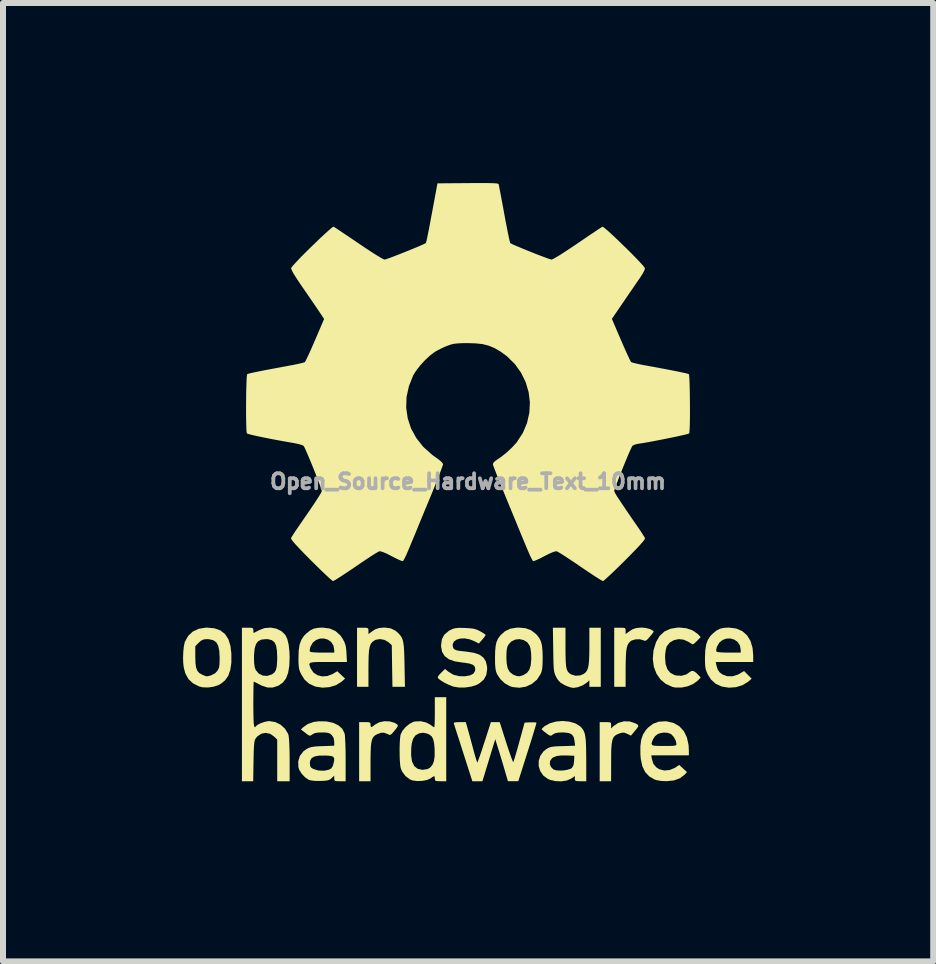
<source format=kicad_pcb>
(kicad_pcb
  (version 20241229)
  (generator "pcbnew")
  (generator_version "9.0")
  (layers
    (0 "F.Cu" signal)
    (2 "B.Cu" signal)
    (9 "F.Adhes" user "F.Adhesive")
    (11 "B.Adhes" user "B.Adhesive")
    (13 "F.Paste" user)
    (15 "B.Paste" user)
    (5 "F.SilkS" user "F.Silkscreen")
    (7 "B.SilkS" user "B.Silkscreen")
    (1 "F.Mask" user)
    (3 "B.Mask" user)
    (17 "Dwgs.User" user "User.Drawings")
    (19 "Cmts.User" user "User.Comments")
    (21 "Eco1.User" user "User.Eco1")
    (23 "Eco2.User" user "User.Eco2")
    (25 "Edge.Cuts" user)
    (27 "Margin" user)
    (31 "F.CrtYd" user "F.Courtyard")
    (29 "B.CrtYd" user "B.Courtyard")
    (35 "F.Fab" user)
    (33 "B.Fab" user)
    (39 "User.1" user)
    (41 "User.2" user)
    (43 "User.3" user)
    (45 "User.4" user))
  (footprint "Open_Source_Hardware_Text_10mm"
    (layer "F.Cu")
    (at 4.748 4.973)
    (property "Reference" "Open_Source_Hardware_Text_10mm" (at 0 0 0) (layer "F.Fab") (effects (font (size 0.25 0.25) (thickness 0.3))))
    (attr board_only exclude_from_pos_files exclude_from_bom)
    (fp_poly (pts (xy 2.696 3.998) (xy 2.783 4.027) (xy 2.819 4.046) (xy 2.836 4.062) (xy 2.835 4.084) (xy 2.813 4.116) (xy 2.771 4.167) (xy 2.761 4.179) (xy 2.715 4.234) (xy 2.653 4.204) (xy 2.609 4.186) (xy 2.573 4.184) (xy 2.527 4.196) (xy 2.518 4.2) (xy 2.476 4.217) (xy 2.444 4.239) (xy 2.42 4.27) (xy 2.404 4.315) (xy 2.393 4.378) (xy 2.387 4.463) (xy 2.385 4.576) (xy 2.385 4.67) (xy 2.384 4.994) (xy 2.194 4.994) (xy 2.194 4.009) (xy 2.289 4.009) (xy 2.344 4.01) (xy 2.372 4.015) (xy 2.383 4.03) (xy 2.384 4.06) (xy 2.384 4.114) (xy 2.423 4.076) (xy 2.504 4.022) (xy 2.598 3.995)) (stroke (width 0) (type solid)) (fill yes) (layer "F.SilkS"))
    (fp_poly (pts (xy -1.304 3.997) (xy -1.222 4.021) (xy -1.2 4.034) (xy -1.177 4.05) (xy -1.169 4.067) (xy -1.177 4.089) (xy -1.203 4.125) (xy -1.247 4.178) (xy -1.278 4.212) (xy -1.301 4.223) (xy -1.328 4.214) (xy -1.342 4.207) (xy -1.4 4.185) (xy -1.454 4.187) (xy -1.512 4.209) (xy -1.548 4.229) (xy -1.576 4.255) (xy -1.596 4.29) (xy -1.609 4.34) (xy -1.618 4.41) (xy -1.622 4.503) (xy -1.624 4.624) (xy -1.624 4.672) (xy -1.624 4.994) (xy -1.814 4.994) (xy -1.814 4.009) (xy -1.719 4.009) (xy -1.665 4.01) (xy -1.636 4.016) (xy -1.626 4.03) (xy -1.624 4.052) (xy -1.621 4.084) (xy -1.609 4.092) (xy -1.581 4.076) (xy -1.553 4.053) (xy -1.482 4.013) (xy -1.395 3.994)) (stroke (width 0) (type solid)) (fill yes) (layer "F.SilkS"))
    (fp_poly (pts (xy 2.96 2.44) (xy 3.017 2.454) (xy 3.063 2.473) (xy 3.09 2.493) (xy 3.092 2.502) (xy 3.082 2.52) (xy 3.054 2.556) (xy 3.026 2.59) (xy 2.988 2.632) (xy 2.962 2.652) (xy 2.94 2.653) (xy 2.924 2.646) (xy 2.862 2.628) (xy 2.791 2.63) (xy 2.726 2.649) (xy 2.707 2.662) (xy 2.68 2.688) (xy 2.66 2.723) (xy 2.645 2.771) (xy 2.635 2.837) (xy 2.63 2.925) (xy 2.627 3.04) (xy 2.626 3.123) (xy 2.626 3.421) (xy 2.436 3.421) (xy 2.436 2.436) (xy 2.531 2.436) (xy 2.586 2.437) (xy 2.614 2.443) (xy 2.625 2.458) (xy 2.626 2.488) (xy 2.626 2.542) (xy 2.683 2.5) (xy 2.743 2.461) (xy 2.804 2.441) (xy 2.879 2.434) (xy 2.903 2.434)) (stroke (width 0) (type solid)) (fill yes) (layer "F.SilkS"))
    (fp_poly (pts (xy -1.287 2.447) (xy -1.207 2.487) (xy -1.154 2.534) (xy -1.127 2.566) (xy -1.105 2.599) (xy -1.089 2.637) (xy -1.078 2.686) (xy -1.069 2.752) (xy -1.064 2.838) (xy -1.06 2.949) (xy -1.058 3.054) (xy -1.051 3.421) (xy -1.259 3.421) (xy -1.265 3.074) (xy -1.27 2.727) (xy -1.326 2.677) (xy -1.391 2.639) (xy -1.465 2.625) (xy -1.537 2.637) (xy -1.57 2.655) (xy -1.6 2.679) (xy -1.622 2.711) (xy -1.638 2.754) (xy -1.649 2.813) (xy -1.655 2.893) (xy -1.658 2.999) (xy -1.659 3.11) (xy -1.659 3.421) (xy -1.849 3.421) (xy -1.849 2.436) (xy -1.754 2.436) (xy -1.699 2.437) (xy -1.671 2.443) (xy -1.66 2.458) (xy -1.659 2.488) (xy -1.659 2.489) (xy -1.659 2.542) (xy -1.603 2.5) (xy -1.542 2.461) (xy -1.481 2.441) (xy -1.406 2.434) (xy -1.382 2.434)) (stroke (width 0) (type solid)) (fill yes) (layer "F.SilkS"))
    (fp_poly (pts (xy 1.624 2.765) (xy 1.625 2.895) (xy 1.628 2.994) (xy 1.633 3.068) (xy 1.643 3.122) (xy 1.658 3.159) (xy 1.679 3.186) (xy 1.706 3.207) (xy 1.719 3.214) (xy 1.791 3.236) (xy 1.868 3.231) (xy 1.926 3.207) (xy 1.957 3.183) (xy 1.981 3.152) (xy 1.998 3.111) (xy 2.01 3.054) (xy 2.017 2.977) (xy 2.021 2.875) (xy 2.022 2.748) (xy 2.022 2.436) (xy 2.212 2.436) (xy 2.212 3.421) (xy 2.022 3.421) (xy 2.022 3.312) (xy 1.983 3.348) (xy 1.915 3.394) (xy 1.832 3.427) (xy 1.756 3.439) (xy 1.708 3.43) (xy 1.647 3.409) (xy 1.605 3.39) (xy 1.542 3.352) (xy 1.499 3.307) (xy 1.469 3.257) (xy 1.455 3.227) (xy 1.444 3.199) (xy 1.436 3.166) (xy 1.43 3.125) (xy 1.426 3.068) (xy 1.423 2.991) (xy 1.421 2.888) (xy 1.42 2.804) (xy 1.414 2.436) (xy 1.624 2.436)) (stroke (width 0) (type solid)) (fill yes) (layer "F.SilkS"))
    (fp_poly (pts (xy 3.643 2.446) (xy 3.747 2.483) (xy 3.83 2.542) (xy 3.837 2.55) (xy 3.877 2.592) (xy 3.818 2.653) (xy 3.782 2.688) (xy 3.755 2.709) (xy 3.747 2.713) (xy 3.726 2.704) (xy 3.688 2.681) (xy 3.67 2.67) (xy 3.593 2.635) (xy 3.51 2.626) (xy 3.431 2.643) (xy 3.363 2.682) (xy 3.314 2.742) (xy 3.308 2.756) (xy 3.295 2.805) (xy 3.286 2.873) (xy 3.283 2.929) (xy 3.292 3.041) (xy 3.321 3.127) (xy 3.37 3.187) (xy 3.442 3.225) (xy 3.469 3.232) (xy 3.558 3.237) (xy 3.64 3.213) (xy 3.69 3.178) (xy 3.724 3.156) (xy 3.758 3.158) (xy 3.8 3.186) (xy 3.835 3.221) (xy 3.877 3.266) (xy 3.827 3.318) (xy 3.754 3.372) (xy 3.661 3.412) (xy 3.558 3.433) (xy 3.457 3.433) (xy 3.404 3.422) (xy 3.295 3.372) (xy 3.206 3.297) (xy 3.139 3.2) (xy 3.096 3.085) (xy 3.079 2.957) (xy 3.09 2.82) (xy 3.093 2.806) (xy 3.133 2.676) (xy 3.192 2.574) (xy 3.271 2.5) (xy 3.371 2.454) (xy 3.492 2.434) (xy 3.525 2.433)) (stroke (width 0) (type solid)) (fill yes) (layer "F.SilkS"))
    (fp_poly (pts (xy -4.225 2.446) (xy -4.126 2.481) (xy -4.049 2.541) (xy -3.993 2.627) (xy -3.958 2.74) (xy -3.943 2.868) (xy -3.943 3.018) (xy -3.961 3.141) (xy -3.996 3.239) (xy -4.051 3.316) (xy -4.127 3.376) (xy -4.152 3.389) (xy -4.235 3.418) (xy -4.33 3.432) (xy -4.422 3.429) (xy -4.479 3.415) (xy -4.582 3.363) (xy -4.658 3.292) (xy -4.709 3.199) (xy -4.736 3.101) (xy -4.745 3.024) (xy -4.748 2.932) (xy -4.747 2.92) (xy -4.544 2.92) (xy -4.541 3.024) (xy -4.531 3.1) (xy -4.51 3.154) (xy -4.477 3.192) (xy -4.429 3.219) (xy -4.424 3.221) (xy -4.381 3.239) (xy -4.353 3.246) (xy -4.325 3.242) (xy -4.282 3.23) (xy -4.215 3.196) (xy -4.178 3.157) (xy -4.159 3.126) (xy -4.147 3.093) (xy -4.141 3.048) (xy -4.139 2.982) (xy -4.138 2.936) (xy -4.144 2.822) (xy -4.162 2.737) (xy -4.194 2.679) (xy -4.245 2.644) (xy -4.314 2.628) (xy -4.355 2.626) (xy -4.408 2.632) (xy -4.45 2.653) (xy -4.486 2.685) (xy -4.544 2.744) (xy -4.544 2.92) (xy -4.747 2.92) (xy -4.744 2.837) (xy -4.735 2.75) (xy -4.721 2.682) (xy -4.717 2.669) (xy -4.663 2.572) (xy -4.586 2.5) (xy -4.488 2.454) (xy -4.37 2.435) (xy -4.349 2.434)) (stroke (width 0) (type solid)) (fill yes) (layer "F.SilkS"))
    (fp_poly (pts (xy 4.468 2.449) (xy 4.568 2.492) (xy 4.648 2.561) (xy 4.706 2.655) (xy 4.741 2.772) (xy 4.752 2.897) (xy 4.752 3.007) (xy 4.127 3.007) (xy 4.139 3.063) (xy 4.159 3.131) (xy 4.19 3.177) (xy 4.239 3.215) (xy 4.319 3.244) (xy 4.409 3.245) (xy 4.5 3.216) (xy 4.523 3.203) (xy 4.6 3.158) (xy 4.726 3.285) (xy 4.665 3.337) (xy 4.574 3.393) (xy 4.464 3.427) (xy 4.347 3.435) (xy 4.232 3.417) (xy 4.223 3.414) (xy 4.125 3.369) (xy 4.049 3.3) (xy 3.995 3.215) (xy 3.974 3.167) (xy 3.96 3.124) (xy 3.952 3.074) (xy 3.949 3.009) (xy 3.948 2.937) (xy 3.953 2.813) (xy 3.955 2.802) (xy 4.136 2.802) (xy 4.137 2.831) (xy 4.138 2.833) (xy 4.159 2.841) (xy 4.21 2.847) (xy 4.282 2.85) (xy 4.347 2.851) (xy 4.544 2.851) (xy 4.544 2.807) (xy 4.53 2.731) (xy 4.493 2.674) (xy 4.439 2.635) (xy 4.375 2.616) (xy 4.307 2.617) (xy 4.242 2.64) (xy 4.187 2.684) (xy 4.148 2.752) (xy 4.146 2.758) (xy 4.136 2.802) (xy 3.955 2.802) (xy 3.968 2.716) (xy 3.996 2.639) (xy 4.038 2.574) (xy 4.08 2.532) (xy 4.143 2.481) (xy 4.203 2.451) (xy 4.273 2.437) (xy 4.348 2.434)) (stroke (width 0) (type solid)) (fill yes) (layer "F.SilkS"))
    (fp_poly (pts (xy 0.96 2.445) (xy 1.051 2.479) (xy 1.13 2.539) (xy 1.154 2.564) (xy 1.19 2.613) (xy 1.216 2.667) (xy 1.232 2.733) (xy 1.241 2.819) (xy 1.244 2.931) (xy 1.244 2.946) (xy 1.242 3.042) (xy 1.237 3.111) (xy 1.227 3.163) (xy 1.211 3.205) (xy 1.15 3.3) (xy 1.066 3.371) (xy 0.967 3.418) (xy 0.858 3.436) (xy 0.745 3.425) (xy 0.7 3.411) (xy 0.615 3.364) (xy 0.539 3.293) (xy 0.483 3.208) (xy 0.482 3.205) (xy 0.466 3.163) (xy 0.457 3.111) (xy 0.451 3.041) (xy 0.45 2.946) (xy 0.45 2.929) (xy 0.639 2.929) (xy 0.645 3.036) (xy 0.662 3.115) (xy 0.694 3.172) (xy 0.742 3.211) (xy 0.765 3.223) (xy 0.817 3.242) (xy 0.858 3.245) (xy 0.904 3.232) (xy 0.925 3.224) (xy 0.983 3.188) (xy 1.022 3.136) (xy 1.045 3.061) (xy 1.054 2.961) (xy 1.054 2.941) (xy 1.051 2.856) (xy 1.041 2.783) (xy 1.029 2.739) (xy 0.988 2.679) (xy 0.928 2.642) (xy 0.857 2.626) (xy 0.786 2.634) (xy 0.721 2.666) (xy 0.674 2.717) (xy 0.656 2.753) (xy 0.646 2.798) (xy 0.641 2.859) (xy 0.639 2.929) (xy 0.45 2.929) (xy 0.452 2.83) (xy 0.46 2.742) (xy 0.475 2.674) (xy 0.499 2.619) (xy 0.535 2.57) (xy 0.539 2.564) (xy 0.616 2.495) (xy 0.703 2.453) (xy 0.808 2.435) (xy 0.847 2.434)) (stroke (width 0) (type solid)) (fill yes) (layer "F.SilkS"))
    (fp_poly (pts (xy 3.314 3.997) (xy 3.428 4.024) (xy 3.522 4.079) (xy 3.596 4.159) (xy 3.647 4.264) (xy 3.675 4.392) (xy 3.68 4.486) (xy 3.68 4.562) (xy 3.054 4.562) (xy 3.064 4.624) (xy 3.089 4.704) (xy 3.137 4.762) (xy 3.189 4.794) (xy 3.27 4.815) (xy 3.359 4.807) (xy 3.445 4.772) (xy 3.46 4.762) (xy 3.519 4.722) (xy 3.584 4.782) (xy 3.649 4.841) (xy 3.61 4.883) (xy 3.531 4.944) (xy 3.433 4.98) (xy 3.311 4.993) (xy 3.299 4.993) (xy 3.218 4.989) (xy 3.147 4.977) (xy 3.11 4.966) (xy 3.019 4.913) (xy 2.951 4.84) (xy 2.905 4.745) (xy 2.879 4.625) (xy 2.872 4.542) (xy 2.872 4.409) (xy 2.877 4.371) (xy 3.058 4.371) (xy 3.068 4.39) (xy 3.097 4.401) (xy 3.151 4.405) (xy 3.233 4.406) (xy 3.266 4.406) (xy 3.353 4.406) (xy 3.412 4.404) (xy 3.447 4.4) (xy 3.466 4.393) (xy 3.472 4.382) (xy 3.473 4.371) (xy 3.46 4.315) (xy 3.428 4.256) (xy 3.386 4.211) (xy 3.383 4.208) (xy 3.327 4.187) (xy 3.256 4.183) (xy 3.185 4.198) (xy 3.16 4.209) (xy 3.116 4.244) (xy 3.083 4.293) (xy 3.083 4.294) (xy 3.065 4.34) (xy 3.058 4.371) (xy 2.877 4.371) (xy 2.886 4.302) (xy 2.916 4.215) (xy 2.964 4.14) (xy 2.997 4.103) (xy 3.082 4.037) (xy 3.176 4.002) (xy 3.285 3.995)) (stroke (width 0) (type solid)) (fill yes) (layer "F.SilkS"))
    (fp_poly (pts (xy -2.305 2.449) (xy -2.206 2.493) (xy -2.125 2.566) (xy -2.085 2.626) (xy -2.056 2.682) (xy -2.039 2.735) (xy -2.029 2.8) (xy -2.025 2.862) (xy -2.017 3.007) (xy -2.33 3.007) (xy -2.446 3.007) (xy -2.531 3.008) (xy -2.589 3.012) (xy -2.625 3.02) (xy -2.641 3.034) (xy -2.643 3.055) (xy -2.633 3.085) (xy -2.619 3.119) (xy -2.574 3.184) (xy -2.509 3.227) (xy -2.43 3.247) (xy -2.344 3.241) (xy -2.258 3.208) (xy -2.252 3.205) (xy -2.178 3.161) (xy -2.048 3.284) (xy -2.108 3.336) (xy -2.199 3.393) (xy -2.307 3.426) (xy -2.423 3.435) (xy -2.538 3.418) (xy -2.55 3.414) (xy -2.648 3.369) (xy -2.724 3.3) (xy -2.778 3.215) (xy -2.8 3.167) (xy -2.814 3.124) (xy -2.821 3.074) (xy -2.825 3.009) (xy -2.825 2.937) (xy -2.821 2.813) (xy -2.819 2.802) (xy -2.637 2.802) (xy -2.636 2.831) (xy -2.635 2.833) (xy -2.614 2.841) (xy -2.564 2.847) (xy -2.491 2.85) (xy -2.427 2.851) (xy -2.229 2.851) (xy -2.229 2.807) (xy -2.243 2.731) (xy -2.28 2.674) (xy -2.334 2.635) (xy -2.398 2.616) (xy -2.466 2.617) (xy -2.531 2.64) (xy -2.586 2.684) (xy -2.625 2.752) (xy -2.627 2.758) (xy -2.637 2.802) (xy -2.819 2.802) (xy -2.806 2.716) (xy -2.778 2.639) (xy -2.735 2.574) (xy -2.694 2.532) (xy -2.631 2.482) (xy -2.572 2.452) (xy -2.503 2.438) (xy -2.423 2.434)) (stroke (width 0) (type solid)) (fill yes) (layer "F.SilkS"))
    (fp_poly (pts (xy -0.363 4.994) (xy -0.458 4.994) (xy -0.512 4.992) (xy -0.541 4.987) (xy -0.551 4.972) (xy -0.553 4.95) (xy -0.555 4.919) (xy -0.566 4.91) (xy -0.593 4.924) (xy -0.623 4.946) (xy -0.682 4.973) (xy -0.76 4.988) (xy -0.845 4.991) (xy -0.923 4.981) (xy -0.964 4.966) (xy -1.042 4.908) (xy -1.1 4.829) (xy -1.122 4.773) (xy -1.13 4.724) (xy -1.136 4.649) (xy -1.139 4.565) (xy -0.948 4.565) (xy -0.932 4.667) (xy -0.896 4.741) (xy -0.84 4.786) (xy -0.766 4.803) (xy -0.755 4.804) (xy -0.675 4.791) (xy -0.634 4.769) (xy -0.594 4.723) (xy -0.568 4.66) (xy -0.556 4.574) (xy -0.556 4.46) (xy -0.556 4.458) (xy -0.565 4.36) (xy -0.581 4.291) (xy -0.608 4.243) (xy -0.65 4.213) (xy -0.689 4.197) (xy -0.751 4.186) (xy -0.81 4.195) (xy -0.819 4.198) (xy -0.874 4.229) (xy -0.913 4.282) (xy -0.937 4.361) (xy -0.946 4.434) (xy -0.948 4.565) (xy -1.139 4.565) (xy -1.139 4.559) (xy -1.14 4.463) (xy -1.138 4.369) (xy -1.133 4.288) (xy -1.126 4.229) (xy -1.123 4.214) (xy -1.092 4.153) (xy -1.04 4.091) (xy -0.976 4.039) (xy -0.911 4.005) (xy -0.89 3.999) (xy -0.788 3.994) (xy -0.694 4.016) (xy -0.631 4.05) (xy -0.593 4.078) (xy -0.567 4.094) (xy -0.563 4.095) (xy -0.559 4.079) (xy -0.556 4.034) (xy -0.554 3.967) (xy -0.553 3.883) (xy -0.553 3.845) (xy -0.553 3.594) (xy -0.363 3.594)) (stroke (width 0) (type solid)) (fill yes) (layer "F.SilkS"))
    (fp_poly (pts (xy -0.011 4.099) (xy 0.003 4.15) (xy 0.024 4.224) (xy 0.048 4.314) (xy 0.074 4.41) (xy 0.081 4.436) (xy 0.104 4.523) (xy 0.125 4.596) (xy 0.142 4.65) (xy 0.153 4.679) (xy 0.155 4.683) (xy 0.163 4.667) (xy 0.179 4.623) (xy 0.203 4.556) (xy 0.232 4.471) (xy 0.264 4.372) (xy 0.273 4.346) (xy 0.381 4.009) (xy 0.528 4.009) (xy 0.636 4.348) (xy 0.669 4.449) (xy 0.699 4.537) (xy 0.724 4.607) (xy 0.743 4.655) (xy 0.753 4.677) (xy 0.754 4.677) (xy 0.761 4.659) (xy 0.776 4.612) (xy 0.797 4.542) (xy 0.822 4.455) (xy 0.85 4.355) (xy 0.853 4.343) (xy 0.943 4.017) (xy 1.042 4.012) (xy 1.095 4.012) (xy 1.131 4.015) (xy 1.141 4.021) (xy 1.136 4.04) (xy 1.122 4.088) (xy 1.1 4.161) (xy 1.072 4.254) (xy 1.038 4.362) (xy 1 4.483) (xy 0.99 4.514) (xy 0.838 4.993) (xy 0.752 4.993) (xy 0.665 4.993) (xy 0.606 4.791) (xy 0.577 4.693) (xy 0.546 4.59) (xy 0.517 4.495) (xy 0.5 4.441) (xy 0.454 4.294) (xy 0.398 4.475) (xy 0.368 4.574) (xy 0.335 4.684) (xy 0.303 4.787) (xy 0.292 4.825) (xy 0.24 4.994) (xy 0.072 4.994) (xy 0.046 4.912) (xy 0.033 4.871) (xy 0.011 4.804) (xy -0.017 4.716) (xy -0.05 4.613) (xy -0.086 4.5) (xy -0.105 4.441) (xy -0.14 4.33) (xy -0.173 4.23) (xy -0.2 4.145) (xy -0.221 4.08) (xy -0.234 4.04) (xy -0.237 4.03) (xy -0.232 4.018) (xy -0.201 4.011) (xy -0.141 4.009) (xy -0.037 4.009)) (stroke (width 0) (type solid)) (fill yes) (layer "F.SilkS"))
    (fp_poly (pts (xy -0.096 2.439) (xy -0.052 2.44) (xy 0.032 2.445) (xy 0.092 2.452) (xy 0.14 2.466) (xy 0.187 2.487) (xy 0.203 2.496) (xy 0.251 2.524) (xy 0.284 2.547) (xy 0.294 2.557) (xy 0.283 2.576) (xy 0.257 2.611) (xy 0.237 2.634) (xy 0.181 2.699) (xy 0.109 2.662) (xy 0.026 2.629) (xy -0.055 2.614) (xy -0.13 2.617) (xy -0.192 2.635) (xy -0.235 2.667) (xy -0.256 2.713) (xy -0.253 2.751) (xy -0.243 2.779) (xy -0.223 2.799) (xy -0.189 2.813) (xy -0.134 2.823) (xy -0.051 2.832) (xy -0.031 2.834) (xy 0.094 2.853) (xy 0.188 2.884) (xy 0.255 2.932) (xy 0.297 2.997) (xy 0.317 3.082) (xy 0.319 3.129) (xy 0.305 3.223) (xy 0.263 3.3) (xy 0.19 3.363) (xy 0.145 3.388) (xy 0.059 3.416) (xy -0.044 3.432) (xy -0.149 3.433) (xy -0.241 3.418) (xy -0.254 3.414) (xy -0.317 3.389) (xy -0.385 3.356) (xy -0.446 3.32) (xy -0.489 3.287) (xy -0.498 3.278) (xy -0.504 3.259) (xy -0.491 3.233) (xy -0.454 3.193) (xy -0.45 3.189) (xy -0.382 3.123) (xy -0.33 3.167) (xy -0.244 3.219) (xy -0.143 3.244) (xy -0.051 3.245) (xy 0.035 3.23) (xy 0.091 3.2) (xy 0.118 3.154) (xy 0.121 3.125) (xy 0.112 3.084) (xy 0.083 3.054) (xy 0.028 3.034) (xy -0.054 3.02) (xy -0.095 3.016) (xy -0.223 2.996) (xy -0.32 2.961) (xy -0.389 2.908) (xy -0.432 2.838) (xy -0.449 2.748) (xy -0.449 2.727) (xy -0.436 2.63) (xy -0.396 2.553) (xy -0.325 2.492) (xy -0.294 2.474) (xy -0.252 2.455) (xy -0.212 2.444) (xy -0.164 2.439)) (stroke (width 0) (type solid)) (fill yes) (layer "F.SilkS"))
    (fp_poly (pts (xy 1.688 4.001) (xy 1.786 4.029) (xy 1.865 4.076) (xy 1.874 4.085) (xy 1.903 4.116) (xy 1.926 4.151) (xy 1.943 4.194) (xy 1.955 4.251) (xy 1.963 4.325) (xy 1.967 4.421) (xy 1.969 4.544) (xy 1.97 4.635) (xy 1.97 4.994) (xy 1.875 4.994) (xy 1.82 4.992) (xy 1.792 4.987) (xy 1.781 4.972) (xy 1.78 4.951) (xy 1.78 4.908) (xy 1.717 4.951) (xy 1.645 4.982) (xy 1.556 4.996) (xy 1.459 4.992) (xy 1.368 4.971) (xy 1.33 4.955) (xy 1.254 4.899) (xy 1.204 4.826) (xy 1.178 4.743) (xy 1.178 4.707) (xy 1.363 4.707) (xy 1.382 4.757) (xy 1.422 4.796) (xy 1.458 4.81) (xy 1.519 4.816) (xy 1.59 4.814) (xy 1.657 4.803) (xy 1.71 4.786) (xy 1.732 4.773) (xy 1.758 4.726) (xy 1.768 4.655) (xy 1.771 4.57) (xy 1.659 4.565) (xy 1.555 4.564) (xy 1.477 4.574) (xy 1.421 4.596) (xy 1.399 4.611) (xy 1.368 4.655) (xy 1.363 4.707) (xy 1.178 4.707) (xy 1.178 4.656) (xy 1.204 4.572) (xy 1.256 4.498) (xy 1.302 4.461) (xy 1.334 4.441) (xy 1.367 4.427) (xy 1.406 4.419) (xy 1.462 4.413) (xy 1.541 4.41) (xy 1.577 4.409) (xy 1.784 4.402) (xy 1.775 4.323) (xy 1.761 4.258) (xy 1.732 4.216) (xy 1.684 4.192) (xy 1.61 4.182) (xy 1.572 4.181) (xy 1.499 4.184) (xy 1.449 4.195) (xy 1.415 4.214) (xy 1.391 4.232) (xy 1.37 4.235) (xy 1.343 4.222) (xy 1.302 4.192) (xy 1.26 4.16) (xy 1.233 4.135) (xy 1.227 4.126) (xy 1.24 4.109) (xy 1.271 4.081) (xy 1.283 4.072) (xy 1.368 4.026) (xy 1.47 3.999) (xy 1.579 3.99)) (stroke (width 0) (type solid)) (fill yes) (layer "F.SilkS"))
    (fp_poly (pts (xy -2.36 3.997) (xy -2.25 4.02) (xy -2.16 4.062) (xy -2.094 4.121) (xy -2.057 4.196) (xy -2.051 4.232) (xy -2.047 4.296) (xy -2.043 4.383) (xy -2.04 4.485) (xy -2.039 4.597) (xy -2.039 4.626) (xy -2.039 4.994) (xy -2.134 4.994) (xy -2.188 4.993) (xy -2.217 4.987) (xy -2.227 4.972) (xy -2.229 4.947) (xy -2.229 4.901) (xy -2.274 4.943) (xy -2.301 4.965) (xy -2.333 4.978) (xy -2.38 4.985) (xy -2.45 4.989) (xy -2.459 4.989) (xy -2.558 4.988) (xy -2.629 4.978) (xy -2.653 4.97) (xy -2.712 4.931) (xy -2.768 4.873) (xy -2.81 4.808) (xy -2.826 4.762) (xy -2.828 4.691) (xy -2.635 4.691) (xy -2.631 4.739) (xy -2.614 4.767) (xy -2.575 4.791) (xy -2.493 4.815) (xy -2.4 4.819) (xy -2.318 4.802) (xy -2.278 4.78) (xy -2.254 4.742) (xy -2.245 4.714) (xy -2.23 4.649) (xy -2.231 4.607) (xy -2.251 4.583) (xy -2.296 4.571) (xy -2.37 4.566) (xy -2.376 4.566) (xy -2.481 4.567) (xy -2.557 4.581) (xy -2.605 4.608) (xy -2.63 4.651) (xy -2.635 4.691) (xy -2.828 4.691) (xy -2.829 4.663) (xy -2.801 4.572) (xy -2.744 4.497) (xy -2.688 4.456) (xy -2.651 4.437) (xy -2.61 4.425) (xy -2.557 4.416) (xy -2.483 4.411) (xy -2.423 4.409) (xy -2.229 4.402) (xy -2.229 4.334) (xy -2.239 4.271) (xy -2.271 4.224) (xy -2.299 4.201) (xy -2.331 4.188) (xy -2.378 4.182) (xy -2.433 4.181) (xy -2.508 4.184) (xy -2.558 4.194) (xy -2.594 4.214) (xy -2.594 4.214) (xy -2.619 4.231) (xy -2.639 4.235) (xy -2.666 4.222) (xy -2.709 4.189) (xy -2.709 4.189) (xy -2.784 4.132) (xy -2.749 4.097) (xy -2.671 4.041) (xy -2.57 4.006) (xy -2.486 3.995)) (stroke (width 0) (type solid)) (fill yes) (layer "F.SilkS"))
    (fp_poly (pts (xy -3.192 2.452) (xy -3.106 2.495) (xy -3.044 2.556) (xy -3.011 2.624) (xy -2.988 2.72) (xy -2.975 2.841) (xy -2.972 2.929) (xy -2.978 3.074) (xy -2.998 3.19) (xy -3.033 3.281) (xy -3.084 3.349) (xy -3.152 3.398) (xy -3.169 3.405) (xy -3.255 3.433) (xy -3.339 3.433) (xy -3.429 3.404) (xy -3.464 3.387) (xy -3.516 3.36) (xy -3.554 3.341) (xy -3.57 3.335) (xy -3.572 3.351) (xy -3.574 3.397) (xy -3.575 3.468) (xy -3.576 3.559) (xy -3.577 3.664) (xy -3.577 3.715) (xy -3.576 3.848) (xy -3.574 3.95) (xy -3.571 4.022) (xy -3.565 4.069) (xy -3.557 4.091) (xy -3.546 4.093) (xy -3.533 4.077) (xy -3.532 4.076) (xy -3.503 4.051) (xy -3.451 4.026) (xy -3.389 4.005) (xy -3.329 3.993) (xy -3.309 3.992) (xy -3.211 4.008) (xy -3.122 4.052) (xy -3.049 4.119) (xy -2.999 4.202) (xy -2.99 4.23) (xy -2.985 4.266) (xy -2.98 4.331) (xy -2.976 4.418) (xy -2.973 4.52) (xy -2.972 4.63) (xy -2.972 4.644) (xy -2.972 4.994) (xy -3.179 4.994) (xy -3.179 4.3) (xy -3.229 4.251) (xy -3.296 4.204) (xy -3.371 4.188) (xy -3.444 4.202) (xy -3.508 4.245) (xy -3.538 4.28) (xy -3.549 4.301) (xy -3.557 4.33) (xy -3.563 4.372) (xy -3.567 4.432) (xy -3.571 4.516) (xy -3.573 4.627) (xy -3.574 4.66) (xy -3.579 4.994) (xy -3.767 4.994) (xy -3.767 2.929) (xy -3.566 2.929) (xy -3.564 3.019) (xy -3.556 3.083) (xy -3.542 3.13) (xy -3.536 3.142) (xy -3.487 3.2) (xy -3.422 3.233) (xy -3.347 3.239) (xy -3.271 3.215) (xy -3.253 3.204) (xy -3.221 3.176) (xy -3.2 3.138) (xy -3.187 3.083) (xy -3.181 3.004) (xy -3.179 2.927) (xy -3.184 2.815) (xy -3.198 2.733) (xy -3.226 2.677) (xy -3.268 2.644) (xy -3.328 2.628) (xy -3.369 2.626) (xy -3.442 2.634) (xy -3.496 2.661) (xy -3.533 2.709) (xy -3.555 2.783) (xy -3.565 2.885) (xy -3.566 2.929) (xy -3.767 2.929) (xy -3.767 2.436) (xy -3.672 2.436) (xy -3.617 2.437) (xy -3.589 2.443) (xy -3.578 2.458) (xy -3.577 2.48) (xy -3.575 2.512) (xy -3.57 2.523) (xy -3.553 2.515) (xy -3.515 2.495) (xy -3.484 2.478) (xy -3.389 2.442) (xy -3.289 2.434)) (stroke (width 0) (type solid)) (fill yes) (layer "F.SilkS"))
    (fp_poly (pts (xy 0.362 -4.972) (xy 0.429 -4.97) (xy 0.474 -4.967) (xy 0.5 -4.962) (xy 0.51 -4.955) (xy 0.51 -4.955) (xy 0.515 -4.933) (xy 0.525 -4.881) (xy 0.54 -4.805) (xy 0.558 -4.708) (xy 0.579 -4.596) (xy 0.602 -4.472) (xy 0.604 -4.459) (xy 0.627 -4.335) (xy 0.649 -4.223) (xy 0.668 -4.126) (xy 0.684 -4.049) (xy 0.697 -3.997) (xy 0.704 -3.973) (xy 0.704 -3.973) (xy 0.727 -3.96) (xy 0.776 -3.937) (xy 0.846 -3.908) (xy 0.929 -3.873) (xy 1.02 -3.836) (xy 1.113 -3.799) (xy 1.202 -3.764) (xy 1.281 -3.735) (xy 1.343 -3.712) (xy 1.383 -3.7) (xy 1.393 -3.698) (xy 1.416 -3.707) (xy 1.464 -3.734) (xy 1.533 -3.775) (xy 1.617 -3.829) (xy 1.713 -3.892) (xy 1.818 -3.963) (xy 1.824 -3.967) (xy 1.928 -4.038) (xy 2.023 -4.103) (xy 2.106 -4.158) (xy 2.173 -4.203) (xy 2.219 -4.233) (xy 2.241 -4.246) (xy 2.241 -4.246) (xy 2.259 -4.236) (xy 2.297 -4.206) (xy 2.351 -4.158) (xy 2.418 -4.097) (xy 2.493 -4.026) (xy 2.573 -3.948) (xy 2.655 -3.869) (xy 2.733 -3.791) (xy 2.804 -3.718) (xy 2.865 -3.654) (xy 2.912 -3.602) (xy 2.94 -3.567) (xy 2.947 -3.556) (xy 2.942 -3.525) (xy 2.914 -3.47) (xy 2.865 -3.393) (xy 2.858 -3.383) (xy 2.814 -3.32) (xy 2.757 -3.236) (xy 2.691 -3.141) (xy 2.624 -3.042) (xy 2.578 -2.975) (xy 2.397 -2.71) (xy 2.548 -2.358) (xy 2.593 -2.255) (xy 2.634 -2.162) (xy 2.67 -2.084) (xy 2.697 -2.027) (xy 2.715 -1.995) (xy 2.719 -1.99) (xy 2.742 -1.981) (xy 2.793 -1.968) (xy 2.865 -1.952) (xy 2.952 -1.935) (xy 2.998 -1.927) (xy 3.182 -1.893) (xy 3.34 -1.863) (xy 3.469 -1.838) (xy 3.569 -1.817) (xy 3.638 -1.802) (xy 3.674 -1.791) (xy 3.679 -1.789) (xy 3.684 -1.77) (xy 3.688 -1.721) (xy 3.691 -1.649) (xy 3.694 -1.558) (xy 3.696 -1.454) (xy 3.697 -1.342) (xy 3.698 -1.229) (xy 3.698 -1.118) (xy 3.697 -1.016) (xy 3.695 -0.928) (xy 3.692 -0.859) (xy 3.688 -0.815) (xy 3.684 -0.802) (xy 3.665 -0.794) (xy 3.617 -0.781) (xy 3.546 -0.765) (xy 3.456 -0.745) (xy 3.354 -0.724) (xy 3.244 -0.702) (xy 3.132 -0.68) (xy 3.024 -0.66) (xy 2.923 -0.642) (xy 2.837 -0.629) (xy 2.785 -0.617) (xy 2.747 -0.6) (xy 2.74 -0.595) (xy 2.727 -0.572) (xy 2.704 -0.523) (xy 2.673 -0.454) (xy 2.638 -0.369) (xy 2.599 -0.275) (xy 2.56 -0.178) (xy 2.522 -0.083) (xy 2.489 0.004) (xy 2.462 0.076) (xy 2.443 0.129) (xy 2.436 0.156) (xy 2.436 0.157) (xy 2.441 0.173) (xy 2.456 0.202) (xy 2.483 0.247) (xy 2.524 0.309) (xy 2.579 0.392) (xy 2.65 0.497) (xy 2.738 0.626) (xy 2.828 0.756) (xy 2.874 0.823) (xy 2.912 0.882) (xy 2.939 0.925) (xy 2.949 0.944) (xy 2.944 0.962) (xy 2.919 0.996) (xy 2.873 1.049) (xy 2.806 1.121) (xy 2.715 1.215) (xy 2.616 1.315) (xy 2.526 1.404) (xy 2.443 1.485) (xy 2.371 1.553) (xy 2.312 1.607) (xy 2.271 1.644) (xy 2.25 1.659) (xy 2.249 1.659) (xy 2.228 1.649) (xy 2.184 1.623) (xy 2.119 1.582) (xy 2.039 1.529) (xy 1.946 1.467) (xy 1.868 1.414) (xy 1.769 1.346) (xy 1.677 1.285) (xy 1.597 1.233) (xy 1.534 1.193) (xy 1.491 1.169) (xy 1.475 1.162) (xy 1.442 1.167) (xy 1.386 1.188) (xy 1.312 1.223) (xy 1.272 1.244) (xy 1.203 1.28) (xy 1.144 1.307) (xy 1.102 1.324) (xy 1.086 1.327) (xy 1.072 1.309) (xy 1.049 1.266) (xy 1.02 1.203) (xy 0.987 1.127) (xy 0.985 1.122) (xy 0.878 0.865) (xy 0.785 0.638) (xy 0.703 0.439) (xy 0.633 0.269) (xy 0.574 0.124) (xy 0.525 0.003) (xy 0.486 -0.095) (xy 0.456 -0.171) (xy 0.435 -0.227) (xy 0.421 -0.265) (xy 0.415 -0.286) (xy 0.415 -0.29) (xy 0.428 -0.319) (xy 0.462 -0.349) (xy 0.467 -0.352) (xy 0.552 -0.41) (xy 0.646 -0.485) (xy 0.734 -0.568) (xy 0.806 -0.646) (xy 0.813 -0.655) (xy 0.914 -0.81) (xy 0.983 -0.974) (xy 1.022 -1.145) (xy 1.031 -1.318) (xy 1.01 -1.489) (xy 0.961 -1.655) (xy 0.884 -1.813) (xy 0.78 -1.958) (xy 0.65 -2.086) (xy 0.548 -2.161) (xy 0.447 -2.221) (xy 0.349 -2.262) (xy 0.245 -2.289) (xy 0.127 -2.302) (xy -0.009 -2.306) (xy -0.105 -2.305) (xy -0.176 -2.301) (xy -0.232 -2.295) (xy -0.28 -2.284) (xy -0.33 -2.267) (xy -0.354 -2.258) (xy -0.428 -2.226) (xy -0.501 -2.189) (xy -0.554 -2.159) (xy -0.631 -2.101) (xy -0.715 -2.023) (xy -0.795 -1.936) (xy -0.864 -1.848) (xy -0.912 -1.771) (xy -0.984 -1.591) (xy -1.024 -1.41) (xy -1.03 -1.23) (xy -1.005 -1.054) (xy -0.949 -0.884) (xy -0.862 -0.725) (xy -0.746 -0.578) (xy -0.6 -0.447) (xy -0.531 -0.397) (xy -0.471 -0.353) (xy -0.431 -0.315) (xy -0.415 -0.289) (xy -0.415 -0.289) (xy -0.422 -0.266) (xy -0.44 -0.216) (xy -0.468 -0.14) (xy -0.506 -0.045) (xy -0.551 0.068) (xy -0.601 0.193) (xy -0.657 0.329) (xy -0.659 0.333) (xy -0.719 0.478) (xy -0.778 0.621) (xy -0.834 0.757) (xy -0.885 0.882) (xy -0.93 0.989) (xy -0.965 1.074) (xy -0.985 1.122) (xy -1.018 1.199) (xy -1.047 1.262) (xy -1.071 1.307) (xy -1.086 1.327) (xy -1.086 1.327) (xy -1.109 1.322) (xy -1.154 1.303) (xy -1.216 1.273) (xy -1.272 1.244) (xy -1.352 1.203) (xy -1.418 1.175) (xy -1.463 1.162) (xy -1.475 1.162) (xy -1.499 1.173) (xy -1.547 1.201) (xy -1.615 1.244) (xy -1.698 1.299) (xy -1.792 1.362) (xy -1.868 1.414) (xy -1.967 1.481) (xy -2.057 1.541) (xy -2.135 1.592) (xy -2.195 1.63) (xy -2.235 1.653) (xy -2.249 1.659) (xy -2.267 1.647) (xy -2.306 1.614) (xy -2.362 1.562) (xy -2.433 1.495) (xy -2.514 1.416) (xy -2.603 1.328) (xy -2.616 1.315) (xy -2.728 1.202) (xy -2.815 1.111) (xy -2.88 1.041) (xy -2.923 0.991) (xy -2.945 0.958) (xy -2.949 0.944) (xy -2.936 0.919) (xy -2.906 0.873) (xy -2.867 0.813) (xy -2.828 0.756) (xy -2.724 0.605) (xy -2.638 0.48) (xy -2.569 0.378) (xy -2.517 0.299) (xy -2.479 0.239) (xy -2.453 0.196) (xy -2.44 0.169) (xy -2.436 0.157) (xy -2.443 0.131) (xy -2.46 0.08) (xy -2.487 0.009) (xy -2.52 -0.077) (xy -2.557 -0.171) (xy -2.596 -0.269) (xy -2.635 -0.363) (xy -2.671 -0.448) (xy -2.702 -0.519) (xy -2.725 -0.569) (xy -2.739 -0.593) (xy -2.739 -0.594) (xy -2.766 -0.607) (xy -2.817 -0.623) (xy -2.881 -0.636) (xy -2.888 -0.638) (xy -3.036 -0.664) (xy -3.179 -0.69) (xy -3.311 -0.715) (xy -3.429 -0.739) (xy -3.53 -0.76) (xy -3.608 -0.778) (xy -3.661 -0.792) (xy -3.684 -0.801) (xy -3.684 -0.802) (xy -3.689 -0.825) (xy -3.693 -0.877) (xy -3.695 -0.952) (xy -3.697 -1.045) (xy -3.698 -1.15) (xy -3.698 -1.262) (xy -3.697 -1.376) (xy -3.696 -1.486) (xy -3.693 -1.586) (xy -3.69 -1.672) (xy -3.687 -1.738) (xy -3.682 -1.779) (xy -3.679 -1.789) (xy -3.652 -1.798) (xy -3.593 -1.812) (xy -3.503 -1.831) (xy -3.382 -1.855) (xy -3.233 -1.883) (xy -3.056 -1.916) (xy -2.998 -1.927) (xy -2.906 -1.944) (xy -2.826 -1.961) (xy -2.764 -1.975) (xy -2.726 -1.986) (xy -2.719 -1.99) (xy -2.706 -2.01) (xy -2.683 -2.057) (xy -2.65 -2.126) (xy -2.611 -2.213) (xy -2.568 -2.312) (xy -2.548 -2.357) (xy -2.398 -2.708) (xy -2.489 -2.845) (xy -2.529 -2.904) (xy -2.584 -2.985) (xy -2.648 -3.078) (xy -2.715 -3.176) (xy -2.769 -3.253) (xy -2.846 -3.368) (xy -2.902 -3.456) (xy -2.935 -3.517) (xy -2.948 -3.552) (xy -2.947 -3.556) (xy -2.931 -3.58) (xy -2.895 -3.622) (xy -2.842 -3.679) (xy -2.777 -3.747) (xy -2.702 -3.822) (xy -2.622 -3.901) (xy -2.54 -3.98) (xy -2.462 -4.056) (xy -2.389 -4.123) (xy -2.327 -4.179) (xy -2.279 -4.221) (xy -2.249 -4.243) (xy -2.241 -4.246) (xy -2.22 -4.234) (xy -2.175 -4.205) (xy -2.11 -4.161) (xy -2.028 -4.106) (xy -1.933 -4.042) (xy -1.829 -3.972) (xy -1.822 -3.967) (xy -1.717 -3.896) (xy -1.62 -3.832) (xy -1.535 -3.778) (xy -1.466 -3.736) (xy -1.417 -3.708) (xy -1.392 -3.698) (xy -1.391 -3.698) (xy -1.367 -3.704) (xy -1.316 -3.721) (xy -1.246 -3.747) (xy -1.162 -3.78) (xy -1.071 -3.816) (xy -0.978 -3.853) (xy -0.89 -3.889) (xy -0.812 -3.922) (xy -0.751 -3.949) (xy -0.713 -3.967) (xy -0.704 -3.973) (xy -0.699 -3.984) (xy -0.691 -4.013) (xy -0.68 -4.062) (xy -0.666 -4.132) (xy -0.647 -4.226) (xy -0.625 -4.346) (xy -0.597 -4.493) (xy -0.564 -4.671) (xy -0.53 -4.855) (xy -0.509 -4.968) (xy -0.004 -4.972) (xy 0.149 -4.973) (xy 0.269 -4.973)) (stroke (width 0) (type solid)) (fill yes) (layer "F.SilkS")))
  (gr_rect
    (start -3 -3)
    (end 12.499 12.969)
    (stroke (width 0.1) (type default))
    (fill no)
    (layer "Edge.Cuts")))
</source>
